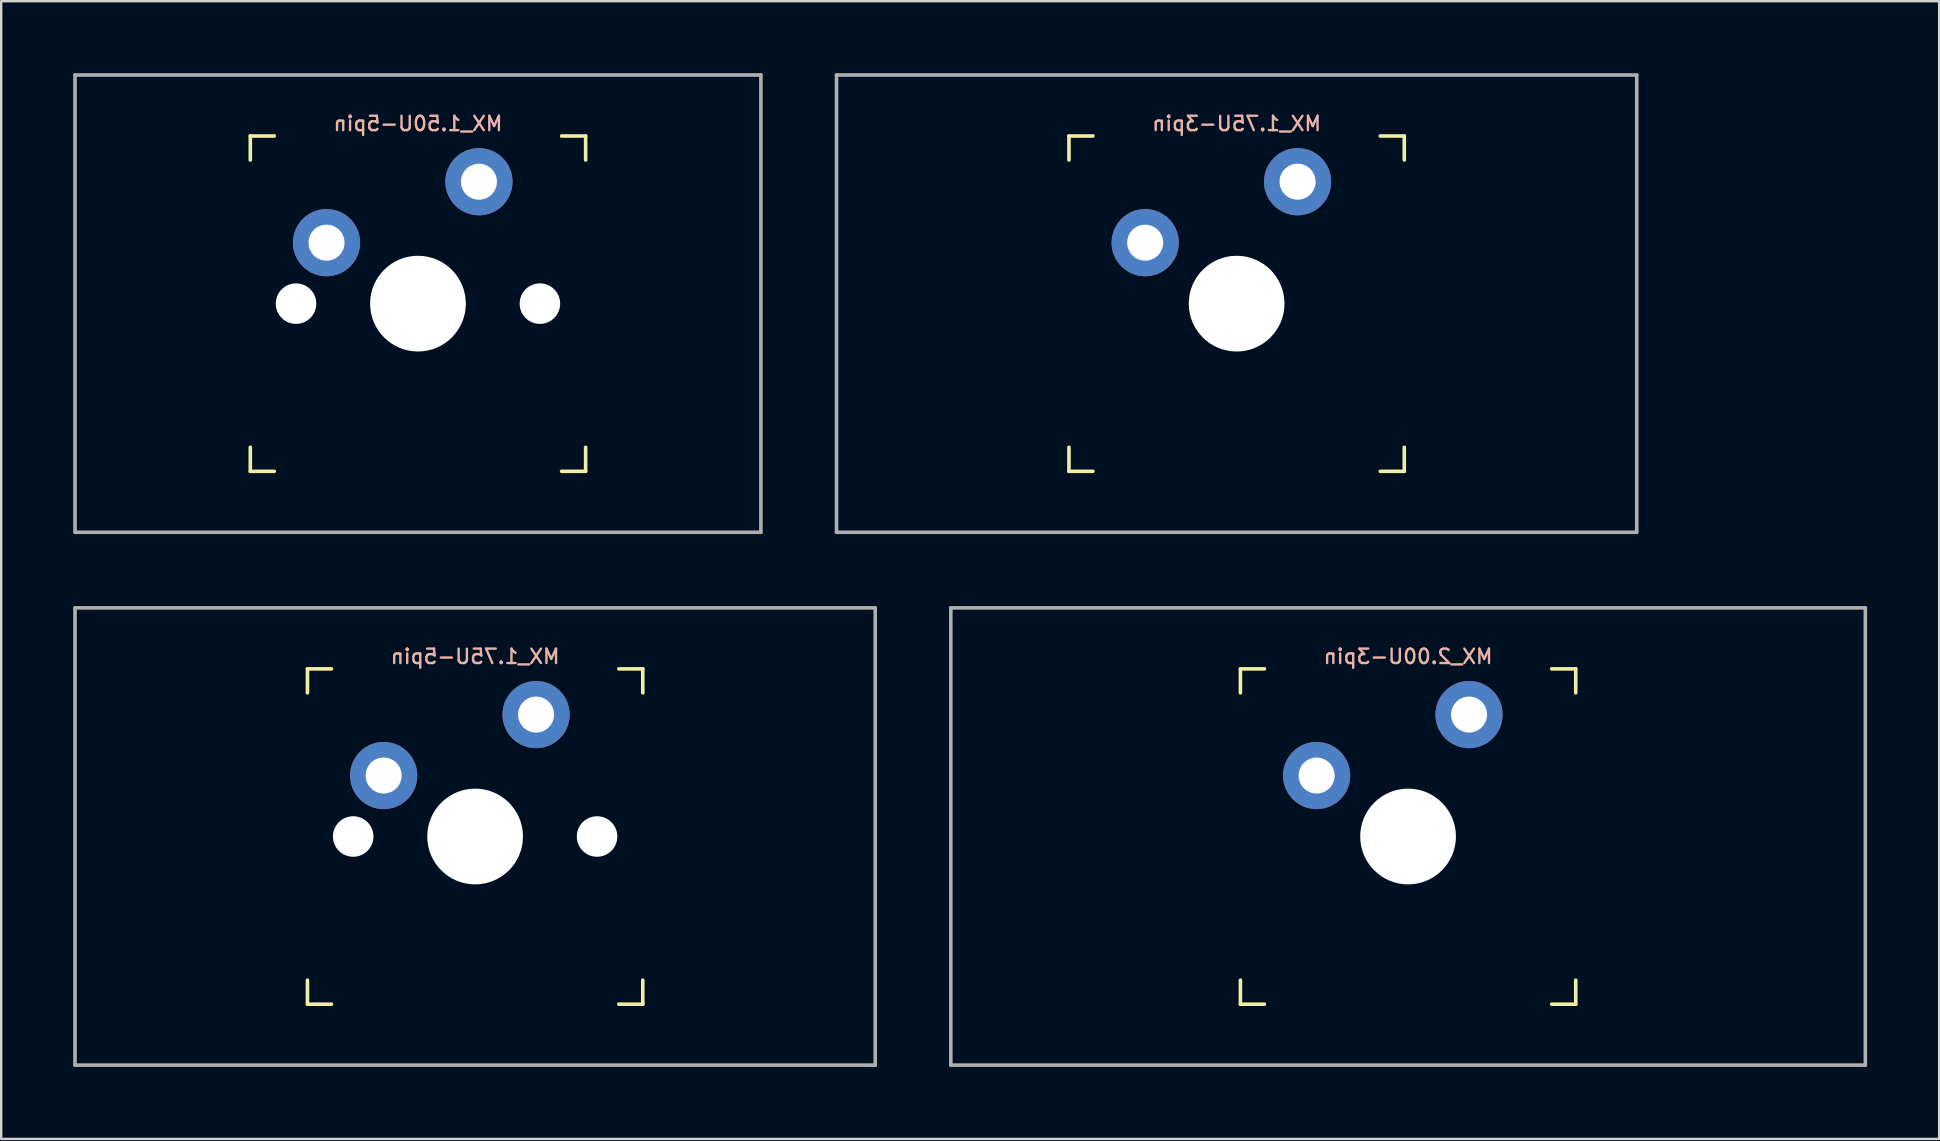
<source format=kicad_pcb>
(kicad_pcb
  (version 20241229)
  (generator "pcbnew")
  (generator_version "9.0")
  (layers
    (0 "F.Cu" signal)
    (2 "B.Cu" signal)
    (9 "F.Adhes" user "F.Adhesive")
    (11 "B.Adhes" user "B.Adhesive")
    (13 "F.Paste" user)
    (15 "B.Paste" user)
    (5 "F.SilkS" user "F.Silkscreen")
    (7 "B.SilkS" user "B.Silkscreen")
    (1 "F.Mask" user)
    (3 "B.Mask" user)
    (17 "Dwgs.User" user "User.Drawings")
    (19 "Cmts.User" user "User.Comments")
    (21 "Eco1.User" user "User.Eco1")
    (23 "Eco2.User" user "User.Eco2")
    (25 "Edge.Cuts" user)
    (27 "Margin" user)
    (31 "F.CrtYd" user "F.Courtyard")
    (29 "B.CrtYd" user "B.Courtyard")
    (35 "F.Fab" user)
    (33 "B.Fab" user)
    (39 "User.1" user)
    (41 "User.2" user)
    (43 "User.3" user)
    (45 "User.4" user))
  (footprint "MX_1.75U-3pin"
    (layer "F.Cu")
    (at 48.469 9.6)
    (property "Reference" "MX_1.75U-3pin" (at 0 -7.5 0) (layer "B.SilkS") (effects (font (size 0.6 0.6) (thickness 0.1)) (justify mirror)))
    (attr smd)
    (fp_line (start -6.985 -5.985) (end -6.985 -6.985) (stroke (width 0.15) (type solid)) (layer "F.SilkS"))
    (fp_line (start -6.985 6.985) (end -6.985 5.985) (stroke (width 0.15) (type solid)) (layer "F.SilkS"))
    (fp_line (start -6.985 6.985) (end -5.985 6.985) (stroke (width 0.15) (type solid)) (layer "F.SilkS"))
    (fp_line (start -5.985 -6.985) (end -6.985 -6.985) (stroke (width 0.15) (type solid)) (layer "F.SilkS"))
    (fp_line (start 5.985 6.985) (end 6.985 6.985) (stroke (width 0.15) (type solid)) (layer "F.SilkS"))
    (fp_line (start 6.985 -6.985) (end 5.985 -6.985) (stroke (width 0.15) (type solid)) (layer "F.SilkS"))
    (fp_line (start 6.985 -6.985) (end 6.985 -5.985) (stroke (width 0.15) (type solid)) (layer "F.SilkS"))
    (fp_line (start 6.985 5.985) (end 6.985 6.985) (stroke (width 0.15) (type solid)) (layer "F.SilkS"))
    (fp_line (start -6.985 6.985) (end -6.985 -6.985) (stroke (width 0.15) (type solid)) (layer "Eco2.User"))
    (fp_line (start -6.985 6.985) (end 6.985 6.985) (stroke (width 0.15) (type solid)) (layer "Eco2.User"))
    (fp_line (start 6.985 -6.985) (end -6.985 -6.985) (stroke (width 0.15) (type solid)) (layer "Eco2.User"))
    (fp_line (start 6.985 -6.985) (end 6.985 6.985) (stroke (width 0.15) (type solid)) (layer "Eco2.User"))
    (fp_line (start -16.669 -9.525) (end 16.669 -9.525) (stroke (width 0.15) (type solid)) (layer "F.Fab"))
    (fp_line (start -16.669 9.525) (end -16.669 -9.525) (stroke (width 0.15) (type solid)) (layer "F.Fab"))
    (fp_line (start 16.669 -9.525) (end 16.669 9.525) (stroke (width 0.15) (type solid)) (layer "F.Fab"))
    (fp_line (start 16.669 9.525) (end -16.669 9.525) (stroke (width 0.15) (type solid)) (layer "F.Fab"))
    (pad "" np_thru_hole circle (at 0 0) (size 3.988 3.988) (drill 3.988) (layers "*.Cu" "*.Mask"))
    (pad "1" thru_hole circle (at 2.54 -5.08 90) (size 2.8 2.8) (drill 1.5) (layers "*.Cu" "*.Mask"))
    (pad "2" thru_hole circle (at -3.81 -2.54) (size 2.8 2.8) (drill 1.5) (layers "*.Cu" "*.Mask")))
  (footprint "MX_1.75U-5pin"
    (layer "F.Cu")
    (at 16.744 31.8)
    (property "Reference" "MX_1.75U-5pin" (at 0 -7.5 0) (layer "B.SilkS") (effects (font (size 0.6 0.6) (thickness 0.1)) (justify mirror)))
    (attr smd)
    (fp_line (start -6.985 -5.985) (end -6.985 -6.985) (stroke (width 0.15) (type solid)) (layer "F.SilkS"))
    (fp_line (start -6.985 6.985) (end -6.985 5.985) (stroke (width 0.15) (type solid)) (layer "F.SilkS"))
    (fp_line (start -6.985 6.985) (end -5.985 6.985) (stroke (width 0.15) (type solid)) (layer "F.SilkS"))
    (fp_line (start -5.985 -6.985) (end -6.985 -6.985) (stroke (width 0.15) (type solid)) (layer "F.SilkS"))
    (fp_line (start 5.985 6.985) (end 6.985 6.985) (stroke (width 0.15) (type solid)) (layer "F.SilkS"))
    (fp_line (start 6.985 -6.985) (end 5.985 -6.985) (stroke (width 0.15) (type solid)) (layer "F.SilkS"))
    (fp_line (start 6.985 -6.985) (end 6.985 -5.985) (stroke (width 0.15) (type solid)) (layer "F.SilkS"))
    (fp_line (start 6.985 5.985) (end 6.985 6.985) (stroke (width 0.15) (type solid)) (layer "F.SilkS"))
    (fp_line (start -6.985 6.985) (end -6.985 -6.985) (stroke (width 0.15) (type solid)) (layer "Eco2.User"))
    (fp_line (start -6.985 6.985) (end 6.985 6.985) (stroke (width 0.15) (type solid)) (layer "Eco2.User"))
    (fp_line (start 6.985 -6.985) (end -6.985 -6.985) (stroke (width 0.15) (type solid)) (layer "Eco2.User"))
    (fp_line (start 6.985 -6.985) (end 6.985 6.985) (stroke (width 0.15) (type solid)) (layer "Eco2.User"))
    (fp_line (start -16.669 -9.525) (end 16.669 -9.525) (stroke (width 0.15) (type solid)) (layer "F.Fab"))
    (fp_line (start -16.669 9.525) (end -16.669 -9.525) (stroke (width 0.15) (type solid)) (layer "F.Fab"))
    (fp_line (start 16.669 -9.525) (end 16.669 9.525) (stroke (width 0.15) (type solid)) (layer "F.Fab"))
    (fp_line (start 16.669 9.525) (end -16.669 9.525) (stroke (width 0.15) (type solid)) (layer "F.Fab"))
    (pad "" np_thru_hole circle (at -5.08 0) (size 1.688 1.688) (drill 1.688) (layers "*.Cu" "*.Mask"))
    (pad "" np_thru_hole circle (at 0 0) (size 3.988 3.988) (drill 3.988) (layers "*.Cu" "*.Mask"))
    (pad "" np_thru_hole circle (at 5.08 0) (size 1.688 1.688) (drill 1.688) (layers "*.Cu" "*.Mask"))
    (pad "1" thru_hole circle (at 2.54 -5.08 90) (size 2.8 2.8) (drill 1.5) (layers "*.Cu" "*.Mask"))
    (pad "2" thru_hole circle (at -3.81 -2.54) (size 2.8 2.8) (drill 1.5) (layers "*.Cu" "*.Mask")))
  (footprint "MX_1.50U-5pin"
    (layer "F.Cu")
    (at 14.363 9.6)
    (property "Reference" "MX_1.50U-5pin" (at 0 -7.5 0) (layer "B.SilkS") (effects (font (size 0.6 0.6) (thickness 0.1)) (justify mirror)))
    (attr smd)
    (fp_line (start -6.985 -5.985) (end -6.985 -6.985) (stroke (width 0.15) (type solid)) (layer "F.SilkS"))
    (fp_line (start -6.985 6.985) (end -6.985 5.985) (stroke (width 0.15) (type solid)) (layer "F.SilkS"))
    (fp_line (start -6.985 6.985) (end -5.985 6.985) (stroke (width 0.15) (type solid)) (layer "F.SilkS"))
    (fp_line (start -5.985 -6.985) (end -6.985 -6.985) (stroke (width 0.15) (type solid)) (layer "F.SilkS"))
    (fp_line (start 5.985 6.985) (end 6.985 6.985) (stroke (width 0.15) (type solid)) (layer "F.SilkS"))
    (fp_line (start 6.985 -6.985) (end 5.985 -6.985) (stroke (width 0.15) (type solid)) (layer "F.SilkS"))
    (fp_line (start 6.985 -6.985) (end 6.985 -5.985) (stroke (width 0.15) (type solid)) (layer "F.SilkS"))
    (fp_line (start 6.985 5.985) (end 6.985 6.985) (stroke (width 0.15) (type solid)) (layer "F.SilkS"))
    (fp_line (start -6.985 6.985) (end -6.985 -6.985) (stroke (width 0.15) (type solid)) (layer "Eco2.User"))
    (fp_line (start -6.985 6.985) (end 6.985 6.985) (stroke (width 0.15) (type solid)) (layer "Eco2.User"))
    (fp_line (start 6.985 -6.985) (end -6.985 -6.985) (stroke (width 0.15) (type solid)) (layer "Eco2.User"))
    (fp_line (start 6.985 -6.985) (end 6.985 6.985) (stroke (width 0.15) (type solid)) (layer "Eco2.User"))
    (fp_line (start -14.287 -9.525) (end 14.287 -9.525) (stroke (width 0.15) (type solid)) (layer "F.Fab"))
    (fp_line (start -14.287 9.525) (end -14.287 -9.525) (stroke (width 0.15) (type solid)) (layer "F.Fab"))
    (fp_line (start 14.287 -9.525) (end 14.287 9.525) (stroke (width 0.15) (type solid)) (layer "F.Fab"))
    (fp_line (start 14.287 9.525) (end -14.287 9.525) (stroke (width 0.15) (type solid)) (layer "F.Fab"))
    (pad "" np_thru_hole circle (at -5.08 0) (size 1.688 1.688) (drill 1.688) (layers "*.Cu" "*.Mask"))
    (pad "" np_thru_hole circle (at 0 0) (size 3.988 3.988) (drill 3.988) (layers "*.Cu" "*.Mask"))
    (pad "" np_thru_hole circle (at 5.08 0) (size 1.688 1.688) (drill 1.688) (layers "*.Cu" "*.Mask"))
    (pad "1" thru_hole circle (at 2.54 -5.08 90) (size 2.8 2.8) (drill 1.5) (layers "*.Cu" "*.Mask"))
    (pad "2" thru_hole circle (at -3.81 -2.54) (size 2.8 2.8) (drill 1.5) (layers "*.Cu" "*.Mask")))
  (footprint "MX_2.00U-3pin"
    (layer "F.Cu")
    (at 55.612 31.8)
    (property "Reference" "MX_2.00U-3pin" (at 0 -7.5 0) (layer "B.SilkS") (effects (font (size 0.6 0.6) (thickness 0.1)) (justify mirror)))
    (attr smd)
    (fp_line (start -6.985 -5.985) (end -6.985 -6.985) (stroke (width 0.15) (type solid)) (layer "F.SilkS"))
    (fp_line (start -6.985 6.985) (end -6.985 5.985) (stroke (width 0.15) (type solid)) (layer "F.SilkS"))
    (fp_line (start -6.985 6.985) (end -5.985 6.985) (stroke (width 0.15) (type solid)) (layer "F.SilkS"))
    (fp_line (start -5.985 -6.985) (end -6.985 -6.985) (stroke (width 0.15) (type solid)) (layer "F.SilkS"))
    (fp_line (start 5.985 6.985) (end 6.985 6.985) (stroke (width 0.15) (type solid)) (layer "F.SilkS"))
    (fp_line (start 6.985 -6.985) (end 5.985 -6.985) (stroke (width 0.15) (type solid)) (layer "F.SilkS"))
    (fp_line (start 6.985 -6.985) (end 6.985 -5.985) (stroke (width 0.15) (type solid)) (layer "F.SilkS"))
    (fp_line (start 6.985 5.985) (end 6.985 6.985) (stroke (width 0.15) (type solid)) (layer "F.SilkS"))
    (fp_line (start -6.985 6.985) (end -6.985 -6.985) (stroke (width 0.15) (type solid)) (layer "Eco2.User"))
    (fp_line (start -6.985 6.985) (end 6.985 6.985) (stroke (width 0.15) (type solid)) (layer "Eco2.User"))
    (fp_line (start 6.985 -6.985) (end -6.985 -6.985) (stroke (width 0.15) (type solid)) (layer "Eco2.User"))
    (fp_line (start 6.985 -6.985) (end 6.985 6.985) (stroke (width 0.15) (type solid)) (layer "Eco2.User"))
    (fp_line (start -19.05 -9.525) (end 19.05 -9.525) (stroke (width 0.15) (type solid)) (layer "F.Fab"))
    (fp_line (start -19.05 9.525) (end -19.05 -9.525) (stroke (width 0.15) (type solid)) (layer "F.Fab"))
    (fp_line (start 19.05 -9.525) (end 19.05 9.525) (stroke (width 0.15) (type solid)) (layer "F.Fab"))
    (fp_line (start 19.05 9.525) (end -19.05 9.525) (stroke (width 0.15) (type solid)) (layer "F.Fab"))
    (pad "" np_thru_hole circle (at 0 0) (size 3.988 3.988) (drill 3.988) (layers "*.Cu" "*.Mask"))
    (pad "1" thru_hole circle (at 2.54 -5.08 90) (size 2.8 2.8) (drill 1.5) (layers "*.Cu" "*.Mask"))
    (pad "2" thru_hole circle (at -3.81 -2.54) (size 2.8 2.8) (drill 1.5) (layers "*.Cu" "*.Mask")))
  (gr_rect
    (start -3 -3)
    (end 77.737 44.4)
    (stroke (width 0.1) (type default))
    (fill no)
    (layer "Edge.Cuts")))
</source>
